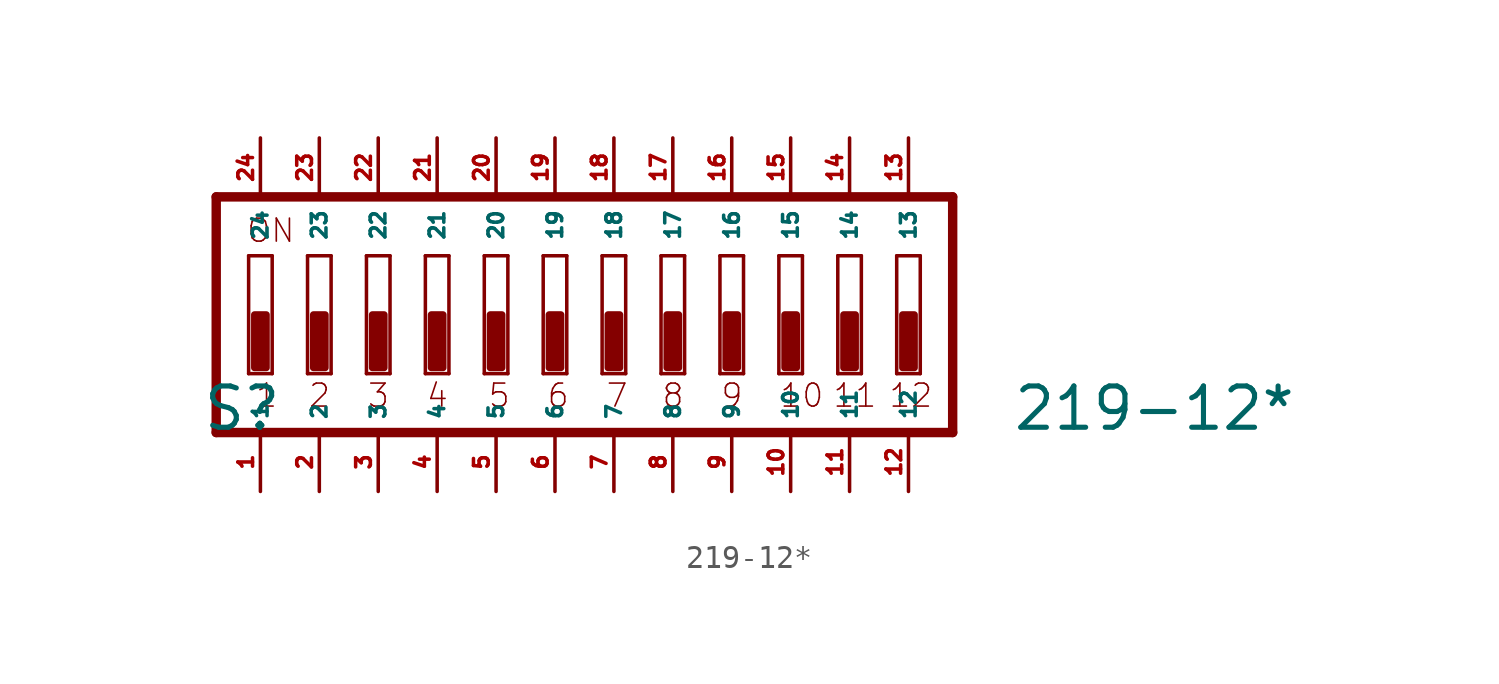
<source format=kicad_sym>
(kicad_symbol_lib
  (version 20220914)
  (generator Eagle2Kicad)
  (symbol "219-12*"
    (property "Reference" "S"
      (at -17.78 -5.08 0)
      (effects (font (size 1.778 1.778) (thickness 0.22)) (justify left bottom)))
    (property "Value" "219-12*"
      (at 17.145 -5.08 0)
      (effects (font (size 1.778 1.778) (thickness 0.22)) (justify left bottom)))
    (polyline
      (pts (xy 14.605 5.08) (xy -17.145 5.08))
      (stroke (width 0.406) (type default))
      (fill (type none)))
    (polyline
      (pts (xy -17.145 5.08) (xy -17.145 -5.08))
      (stroke (width 0.406) (type default))
      (fill (type none)))
    (polyline
      (pts (xy -17.145 -5.08) (xy 14.605 -5.08))
      (stroke (width 0.406) (type default))
      (fill (type none)))
    (polyline
      (pts (xy 14.605 -5.08) (xy 14.605 5.08))
      (stroke (width 0.406) (type default))
      (fill (type none)))
    (polyline
      (pts (xy -14.732 -2.54) (xy -15.748 -2.54))
      (stroke (width 0.152) (type default))
      (fill (type none)))
    (polyline
      (pts (xy -15.748 2.54) (xy -14.732 2.54))
      (stroke (width 0.152) (type default))
      (fill (type none)))
    (polyline
      (pts (xy -14.732 2.54) (xy -14.732 -2.54))
      (stroke (width 0.152) (type default))
      (fill (type none)))
    (polyline
      (pts (xy -15.748 -2.54) (xy -15.748 2.54))
      (stroke (width 0.152) (type default))
      (fill (type none)))
    (polyline
      (pts (xy -12.192 -2.54) (xy -13.208 -2.54))
      (stroke (width 0.152) (type default))
      (fill (type none)))
    (polyline
      (pts (xy -13.208 2.54) (xy -12.192 2.54))
      (stroke (width 0.152) (type default))
      (fill (type none)))
    (polyline
      (pts (xy -12.192 2.54) (xy -12.192 -2.54))
      (stroke (width 0.152) (type default))
      (fill (type none)))
    (polyline
      (pts (xy -13.208 -2.54) (xy -13.208 2.54))
      (stroke (width 0.152) (type default))
      (fill (type none)))
    (polyline
      (pts (xy -9.652 -2.54) (xy -10.668 -2.54))
      (stroke (width 0.152) (type default))
      (fill (type none)))
    (polyline
      (pts (xy -10.668 2.54) (xy -9.652 2.54))
      (stroke (width 0.152) (type default))
      (fill (type none)))
    (polyline
      (pts (xy -9.652 2.54) (xy -9.652 -2.54))
      (stroke (width 0.152) (type default))
      (fill (type none)))
    (polyline
      (pts (xy -10.668 -2.54) (xy -10.668 2.54))
      (stroke (width 0.152) (type default))
      (fill (type none)))
    (polyline
      (pts (xy -7.112 -2.54) (xy -8.128 -2.54))
      (stroke (width 0.152) (type default))
      (fill (type none)))
    (polyline
      (pts (xy -8.128 2.54) (xy -7.112 2.54))
      (stroke (width 0.152) (type default))
      (fill (type none)))
    (polyline
      (pts (xy -7.112 2.54) (xy -7.112 -2.54))
      (stroke (width 0.152) (type default))
      (fill (type none)))
    (polyline
      (pts (xy -8.128 -2.54) (xy -8.128 2.54))
      (stroke (width 0.152) (type default))
      (fill (type none)))
    (polyline
      (pts (xy -4.572 -2.54) (xy -5.588 -2.54))
      (stroke (width 0.152) (type default))
      (fill (type none)))
    (polyline
      (pts (xy -5.588 2.54) (xy -4.572 2.54))
      (stroke (width 0.152) (type default))
      (fill (type none)))
    (polyline
      (pts (xy -4.572 2.54) (xy -4.572 -2.54))
      (stroke (width 0.152) (type default))
      (fill (type none)))
    (polyline
      (pts (xy -5.588 -2.54) (xy -5.588 2.54))
      (stroke (width 0.152) (type default))
      (fill (type none)))
    (polyline
      (pts (xy -2.032 -2.54) (xy -3.048 -2.54))
      (stroke (width 0.152) (type default))
      (fill (type none)))
    (polyline
      (pts (xy -3.048 2.54) (xy -2.032 2.54))
      (stroke (width 0.152) (type default))
      (fill (type none)))
    (polyline
      (pts (xy -2.032 2.54) (xy -2.032 -2.54))
      (stroke (width 0.152) (type default))
      (fill (type none)))
    (polyline
      (pts (xy -3.048 -2.54) (xy -3.048 2.54))
      (stroke (width 0.152) (type default))
      (fill (type none)))
    (polyline
      (pts (xy 0.508 -2.54) (xy -0.508 -2.54))
      (stroke (width 0.152) (type default))
      (fill (type none)))
    (polyline
      (pts (xy -0.508 2.54) (xy 0.508 2.54))
      (stroke (width 0.152) (type default))
      (fill (type none)))
    (polyline
      (pts (xy 0.508 2.54) (xy 0.508 -2.54))
      (stroke (width 0.152) (type default))
      (fill (type none)))
    (polyline
      (pts (xy -0.508 -2.54) (xy -0.508 2.54))
      (stroke (width 0.152) (type default))
      (fill (type none)))
    (polyline
      (pts (xy 3.048 -2.54) (xy 2.032 -2.54))
      (stroke (width 0.152) (type default))
      (fill (type none)))
    (polyline
      (pts (xy 2.032 2.54) (xy 3.048 2.54))
      (stroke (width 0.152) (type default))
      (fill (type none)))
    (polyline
      (pts (xy 3.048 2.54) (xy 3.048 -2.54))
      (stroke (width 0.152) (type default))
      (fill (type none)))
    (polyline
      (pts (xy 2.032 -2.54) (xy 2.032 2.54))
      (stroke (width 0.152) (type default))
      (fill (type none)))
    (polyline
      (pts (xy 5.588 -2.54) (xy 4.572 -2.54))
      (stroke (width 0.152) (type default))
      (fill (type none)))
    (polyline
      (pts (xy 4.572 2.54) (xy 5.588 2.54))
      (stroke (width 0.152) (type default))
      (fill (type none)))
    (polyline
      (pts (xy 5.588 2.54) (xy 5.588 -2.54))
      (stroke (width 0.152) (type default))
      (fill (type none)))
    (polyline
      (pts (xy 4.572 -2.54) (xy 4.572 2.54))
      (stroke (width 0.152) (type default))
      (fill (type none)))
    (polyline
      (pts (xy 8.128 -2.54) (xy 7.112 -2.54))
      (stroke (width 0.152) (type default))
      (fill (type none)))
    (polyline
      (pts (xy 7.112 2.54) (xy 8.128 2.54))
      (stroke (width 0.152) (type default))
      (fill (type none)))
    (polyline
      (pts (xy 8.128 2.54) (xy 8.128 -2.54))
      (stroke (width 0.152) (type default))
      (fill (type none)))
    (polyline
      (pts (xy 7.112 -2.54) (xy 7.112 2.54))
      (stroke (width 0.152) (type default))
      (fill (type none)))
    (polyline
      (pts (xy 10.668 -2.54) (xy 9.652 -2.54))
      (stroke (width 0.152) (type default))
      (fill (type none)))
    (polyline
      (pts (xy 9.652 2.54) (xy 10.668 2.54))
      (stroke (width 0.152) (type default))
      (fill (type none)))
    (polyline
      (pts (xy 10.668 2.54) (xy 10.668 -2.54))
      (stroke (width 0.152) (type default))
      (fill (type none)))
    (polyline
      (pts (xy 9.652 -2.54) (xy 9.652 2.54))
      (stroke (width 0.152) (type default))
      (fill (type none)))
    (polyline
      (pts (xy 13.208 -2.54) (xy 12.192 -2.54))
      (stroke (width 0.152) (type default))
      (fill (type none)))
    (polyline
      (pts (xy 12.192 2.54) (xy 13.208 2.54))
      (stroke (width 0.152) (type default))
      (fill (type none)))
    (polyline
      (pts (xy 13.208 2.54) (xy 13.208 -2.54))
      (stroke (width 0.152) (type default))
      (fill (type none)))
    (polyline
      (pts (xy 12.192 -2.54) (xy 12.192 2.54))
      (stroke (width 0.152) (type default))
      (fill (type none)))
    (text "1"
      (at -15.494 -4.064 0)
      (effects (font (size 0.991 0.991) (thickness 0.07)) (justify left bottom)))
    (text "2"
      (at -13.208 -4.064 0)
      (effects (font (size 0.991 0.991) (thickness 0.07)) (justify left bottom)))
    (text "3"
      (at -10.668 -4.064 0)
      (effects (font (size 0.991 0.991) (thickness 0.07)) (justify left bottom)))
    (text "4"
      (at -8.128 -4.064 0)
      (effects (font (size 0.991 0.991) (thickness 0.07)) (justify left bottom)))
    (text "5"
      (at -5.461 -4.064 0)
      (effects (font (size 0.991 0.991) (thickness 0.07)) (justify left bottom)))
    (text "6"
      (at -2.921 -4.064 0)
      (effects (font (size 0.991 0.991) (thickness 0.07)) (justify left bottom)))
    (text "7"
      (at -0.381 -4.064 0)
      (effects (font (size 0.991 0.991) (thickness 0.07)) (justify left bottom)))
    (text "8"
      (at 2.032 -4.064 0)
      (effects (font (size 0.991 0.991) (thickness 0.07)) (justify left bottom)))
    (text "9"
      (at 4.572 -4.064 0)
      (effects (font (size 0.991 0.991) (thickness 0.07)) (justify left bottom)))
    (text "ON"
      (at -15.875 3.048 0)
      (effects (font (size 0.991 0.991) (thickness 0.07)) (justify left bottom)))
    (text "10"
      (at 7.112 -4.064 0)
      (effects (font (size 0.991 0.991) (thickness 0.07)) (justify left bottom)))
    (text "11"
      (at 9.398 -4.064 0)
      (effects (font (size 0.991 0.991) (thickness 0.07)) (justify left bottom)))
    (text "12"
      (at 11.811 -4.064 0)
      (effects (font (size 0.991 0.991) (thickness 0.07)) (justify left bottom)))
    (rectangle
      (start -15.494 -2.286)
      (end -14.986 0)
      (stroke (width 0.3) (type default))
      (fill (type outline)))
    (rectangle
      (start -12.954 -2.286)
      (end -12.446 0)
      (stroke (width 0.3) (type default))
      (fill (type outline)))
    (rectangle
      (start -10.414 -2.286)
      (end -9.906 0)
      (stroke (width 0.3) (type default))
      (fill (type outline)))
    (rectangle
      (start -7.874 -2.286)
      (end -7.366 0)
      (stroke (width 0.3) (type default))
      (fill (type outline)))
    (rectangle
      (start -5.334 -2.286)
      (end -4.826 0)
      (stroke (width 0.3) (type default))
      (fill (type outline)))
    (rectangle
      (start -2.794 -2.286)
      (end -2.286 0)
      (stroke (width 0.3) (type default))
      (fill (type outline)))
    (rectangle
      (start -0.254 -2.286)
      (end 0.254 0)
      (stroke (width 0.3) (type default))
      (fill (type outline)))
    (rectangle
      (start 2.286 -2.286)
      (end 2.794 0)
      (stroke (width 0.3) (type default))
      (fill (type outline)))
    (rectangle
      (start 4.826 -2.286)
      (end 5.334 0)
      (stroke (width 0.3) (type default))
      (fill (type outline)))
    (rectangle
      (start 7.366 -2.286)
      (end 7.874 0)
      (stroke (width 0.3) (type default))
      (fill (type outline)))
    (rectangle
      (start 9.906 -2.286)
      (end 10.414 0)
      (stroke (width 0.3) (type default))
      (fill (type outline)))
    (rectangle
      (start 12.446 -2.286)
      (end 12.954 0)
      (stroke (width 0.3) (type default))
      (fill (type outline)))
    (pin passive line
      (at 5.08 7.62 270)
      (length 2.54)
      (name "16" (effects (font (size 0.635 0.635) (thickness 0.08)) (justify left bottom)))
      (number "16" (effects (font (size 0.635 0.635) (thickness 0.08)) (justify left bottom))))
    (pin passive line
      (at 2.54 7.62 270)
      (length 2.54)
      (name "17" (effects (font (size 0.635 0.635) (thickness 0.08)) (justify left bottom)))
      (number "17" (effects (font (size 0.635 0.635) (thickness 0.08)) (justify left bottom))))
    (pin passive line
      (at 0 7.62 270)
      (length 2.54)
      (name "18" (effects (font (size 0.635 0.635) (thickness 0.08)) (justify left bottom)))
      (number "18" (effects (font (size 0.635 0.635) (thickness 0.08)) (justify left bottom))))
    (pin passive line
      (at -2.54 7.62 270)
      (length 2.54)
      (name "19" (effects (font (size 0.635 0.635) (thickness 0.08)) (justify left bottom)))
      (number "19" (effects (font (size 0.635 0.635) (thickness 0.08)) (justify left bottom))))
    (pin passive line
      (at -5.08 7.62 270)
      (length 2.54)
      (name "20" (effects (font (size 0.635 0.635) (thickness 0.08)) (justify left bottom)))
      (number "20" (effects (font (size 0.635 0.635) (thickness 0.08)) (justify left bottom))))
    (pin passive line
      (at -7.62 7.62 270)
      (length 2.54)
      (name "21" (effects (font (size 0.635 0.635) (thickness 0.08)) (justify left bottom)))
      (number "21" (effects (font (size 0.635 0.635) (thickness 0.08)) (justify left bottom))))
    (pin passive line
      (at -10.16 7.62 270)
      (length 2.54)
      (name "22" (effects (font (size 0.635 0.635) (thickness 0.08)) (justify left bottom)))
      (number "22" (effects (font (size 0.635 0.635) (thickness 0.08)) (justify left bottom))))
    (pin passive line
      (at -12.7 7.62 270)
      (length 2.54)
      (name "23" (effects (font (size 0.635 0.635) (thickness 0.08)) (justify left bottom)))
      (number "23" (effects (font (size 0.635 0.635) (thickness 0.08)) (justify left bottom))))
    (pin passive line
      (at -15.24 7.62 270)
      (length 2.54)
      (name "24" (effects (font (size 0.635 0.635) (thickness 0.08)) (justify left bottom)))
      (number "24" (effects (font (size 0.635 0.635) (thickness 0.08)) (justify left bottom))))
    (pin passive line
      (at -15.24 -7.62 90)
      (length 2.54)
      (name "1" (effects (font (size 0.635 0.635) (thickness 0.08)) (justify left bottom)))
      (number "1" (effects (font (size 0.635 0.635) (thickness 0.08)) (justify left bottom))))
    (pin passive line
      (at -12.7 -7.62 90)
      (length 2.54)
      (name "2" (effects (font (size 0.635 0.635) (thickness 0.08)) (justify left bottom)))
      (number "2" (effects (font (size 0.635 0.635) (thickness 0.08)) (justify left bottom))))
    (pin passive line
      (at -10.16 -7.62 90)
      (length 2.54)
      (name "3" (effects (font (size 0.635 0.635) (thickness 0.08)) (justify left bottom)))
      (number "3" (effects (font (size 0.635 0.635) (thickness 0.08)) (justify left bottom))))
    (pin passive line
      (at -7.62 -7.62 90)
      (length 2.54)
      (name "4" (effects (font (size 0.635 0.635) (thickness 0.08)) (justify left bottom)))
      (number "4" (effects (font (size 0.635 0.635) (thickness 0.08)) (justify left bottom))))
    (pin passive line
      (at -5.08 -7.62 90)
      (length 2.54)
      (name "5" (effects (font (size 0.635 0.635) (thickness 0.08)) (justify left bottom)))
      (number "5" (effects (font (size 0.635 0.635) (thickness 0.08)) (justify left bottom))))
    (pin passive line
      (at -2.54 -7.62 90)
      (length 2.54)
      (name "6" (effects (font (size 0.635 0.635) (thickness 0.08)) (justify left bottom)))
      (number "6" (effects (font (size 0.635 0.635) (thickness 0.08)) (justify left bottom))))
    (pin passive line
      (at 0 -7.62 90)
      (length 2.54)
      (name "7" (effects (font (size 0.635 0.635) (thickness 0.08)) (justify left bottom)))
      (number "7" (effects (font (size 0.635 0.635) (thickness 0.08)) (justify left bottom))))
    (pin passive line
      (at 2.54 -7.62 90)
      (length 2.54)
      (name "8" (effects (font (size 0.635 0.635) (thickness 0.08)) (justify left bottom)))
      (number "8" (effects (font (size 0.635 0.635) (thickness 0.08)) (justify left bottom))))
    (pin passive line
      (at 5.08 -7.62 90)
      (length 2.54)
      (name "9" (effects (font (size 0.635 0.635) (thickness 0.08)) (justify left bottom)))
      (number "9" (effects (font (size 0.635 0.635) (thickness 0.08)) (justify left bottom))))
    (pin passive line
      (at 7.62 -7.62 90)
      (length 2.54)
      (name "10" (effects (font (size 0.635 0.635) (thickness 0.08)) (justify left bottom)))
      (number "10" (effects (font (size 0.635 0.635) (thickness 0.08)) (justify left bottom))))
    (pin passive line
      (at 7.62 7.62 270)
      (length 2.54)
      (name "15" (effects (font (size 0.635 0.635) (thickness 0.08)) (justify left bottom)))
      (number "15" (effects (font (size 0.635 0.635) (thickness 0.08)) (justify left bottom))))
    (pin passive line
      (at 10.16 -7.62 90)
      (length 2.54)
      (name "11" (effects (font (size 0.635 0.635) (thickness 0.08)) (justify left bottom)))
      (number "11" (effects (font (size 0.635 0.635) (thickness 0.08)) (justify left bottom))))
    (pin passive line
      (at 12.7 -7.62 90)
      (length 2.54)
      (name "12" (effects (font (size 0.635 0.635) (thickness 0.08)) (justify left bottom)))
      (number "12" (effects (font (size 0.635 0.635) (thickness 0.08)) (justify left bottom))))
    (pin passive line
      (at 12.7 7.62 270)
      (length 2.54)
      (name "13" (effects (font (size 0.635 0.635) (thickness 0.08)) (justify left bottom)))
      (number "13" (effects (font (size 0.635 0.635) (thickness 0.08)) (justify left bottom))))
    (pin passive line
      (at 10.16 7.62 270)
      (length 2.54)
      (name "14" (effects (font (size 0.635 0.635) (thickness 0.08)) (justify left bottom)))
      (number "14" (effects (font (size 0.635 0.635) (thickness 0.08)) (justify left bottom))))))
</source>
